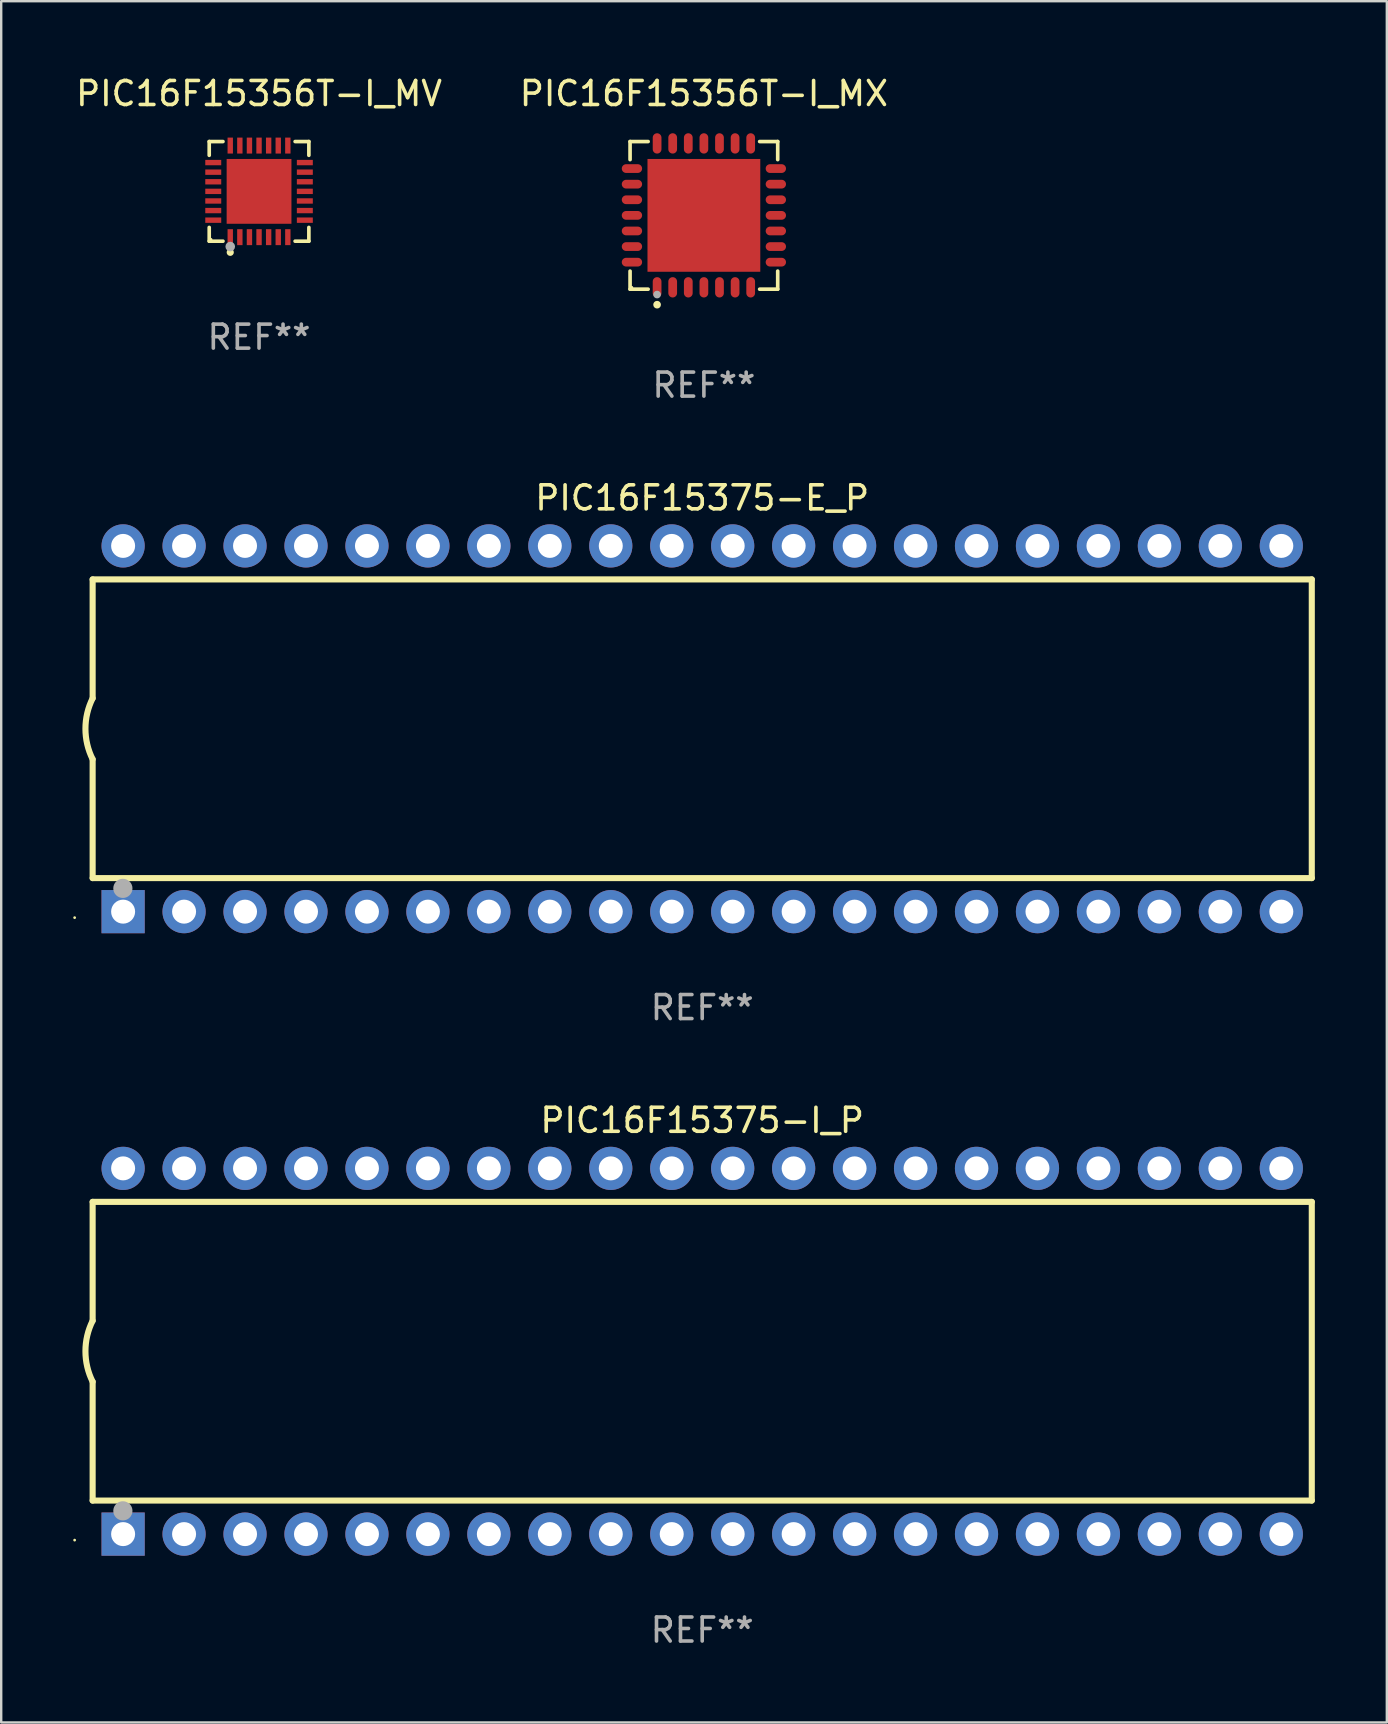
<source format=kicad_pcb>
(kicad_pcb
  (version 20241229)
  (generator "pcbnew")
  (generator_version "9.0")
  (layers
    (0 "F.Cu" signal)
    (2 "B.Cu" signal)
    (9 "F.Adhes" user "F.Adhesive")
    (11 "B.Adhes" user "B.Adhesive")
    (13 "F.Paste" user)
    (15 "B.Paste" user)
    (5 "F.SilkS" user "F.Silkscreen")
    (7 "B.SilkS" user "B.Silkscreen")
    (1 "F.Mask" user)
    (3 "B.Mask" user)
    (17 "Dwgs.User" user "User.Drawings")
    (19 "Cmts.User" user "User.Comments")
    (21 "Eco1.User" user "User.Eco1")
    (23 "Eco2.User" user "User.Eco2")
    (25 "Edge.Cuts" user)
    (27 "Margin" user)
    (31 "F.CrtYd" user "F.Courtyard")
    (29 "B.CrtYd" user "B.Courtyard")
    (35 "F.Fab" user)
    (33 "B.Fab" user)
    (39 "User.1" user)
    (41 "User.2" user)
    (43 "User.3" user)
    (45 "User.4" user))
  (footprint "PIC16F15375-E_P"
    (layer "F.Cu")
    (at 26.21 27.317)
    (property "Reference" "PIC16F15375-E_P" (at 0 -9.62 0) (layer "F.SilkS") (effects (font (size 1 1) (thickness 0.15))))
    (attr through_hole)
    (fp_line (start -25.4 -6.224) (end -25.4 -1.271) (stroke (width 0.254) (type solid)) (layer "F.SilkS"))
    (fp_line (start -25.4 -6.224) (end 25.4 -6.224) (stroke (width 0.254) (type solid)) (layer "F.SilkS"))
    (fp_line (start -25.4 1.269) (end -25.4 6.222) (stroke (width 0.254) (type solid)) (layer "F.SilkS"))
    (fp_line (start -25.4 6.222) (end 25.4 6.222) (stroke (width 0.254) (type solid)) (layer "F.SilkS"))
    (fp_line (start 25.4 6.222) (end 25.4 -6.224) (stroke (width 0.254) (type solid)) (layer "F.SilkS"))
    (fp_arc (start -25.4 1.269241) (mid -25.699807 -0.000762) (end -25.4 -1.270765) (stroke (width 0.254001) (type solid)) (layer "F.SilkS"))
    (fp_circle (center -26.15 7.87) (end -26.12 7.87) (stroke (width 0.06) (type solid)) (fill no) (layer "F.SilkS"))
    (fp_circle (center -24.14 6.65) (end -23.94 6.65) (stroke (width 0.4) (type solid)) (fill no) (layer "F.Fab"))
    (fp_text user "REF**" (at 0 11.62 0) (layer "F.Fab") (effects (font (size 1 1) (thickness 0.15))))
    (pad "1" thru_hole rect (at -24.13 7.62 90) (size 1.8 1.8) (drill 1) (layers "*.Cu" "*.Mask"))
    (pad "2" thru_hole circle (at -21.59 7.62) (size 1.8 1.8) (drill 1) (layers "*.Cu" "*.Mask"))
    (pad "3" thru_hole circle (at -19.05 7.62) (size 1.8 1.8) (drill 1) (layers "*.Cu" "*.Mask"))
    (pad "4" thru_hole circle (at -16.51 7.62) (size 1.8 1.8) (drill 1) (layers "*.Cu" "*.Mask"))
    (pad "5" thru_hole circle (at -13.97 7.62) (size 1.8 1.8) (drill 1) (layers "*.Cu" "*.Mask"))
    (pad "6" thru_hole circle (at -11.43 7.62) (size 1.8 1.8) (drill 1) (layers "*.Cu" "*.Mask"))
    (pad "7" thru_hole circle (at -8.89 7.62) (size 1.8 1.8) (drill 1) (layers "*.Cu" "*.Mask"))
    (pad "8" thru_hole circle (at -6.35 7.62) (size 1.8 1.8) (drill 1) (layers "*.Cu" "*.Mask"))
    (pad "9" thru_hole circle (at -3.81 7.62) (size 1.8 1.8) (drill 1) (layers "*.Cu" "*.Mask"))
    (pad "10" thru_hole circle (at -1.27 7.62) (size 1.8 1.8) (drill 1) (layers "*.Cu" "*.Mask"))
    (pad "11" thru_hole circle (at 1.27 7.62) (size 1.8 1.8) (drill 1) (layers "*.Cu" "*.Mask"))
    (pad "12" thru_hole circle (at 3.81 7.62) (size 1.8 1.8) (drill 1) (layers "*.Cu" "*.Mask"))
    (pad "13" thru_hole circle (at 6.35 7.62) (size 1.8 1.8) (drill 1) (layers "*.Cu" "*.Mask"))
    (pad "14" thru_hole circle (at 8.89 7.62) (size 1.8 1.8) (drill 1) (layers "*.Cu" "*.Mask"))
    (pad "15" thru_hole circle (at 11.43 7.62) (size 1.8 1.8) (drill 1) (layers "*.Cu" "*.Mask"))
    (pad "16" thru_hole circle (at 13.97 7.62) (size 1.8 1.8) (drill 1) (layers "*.Cu" "*.Mask"))
    (pad "17" thru_hole circle (at 16.51 7.62) (size 1.8 1.8) (drill 1) (layers "*.Cu" "*.Mask"))
    (pad "18" thru_hole circle (at 19.05 7.62) (size 1.8 1.8) (drill 1) (layers "*.Cu" "*.Mask"))
    (pad "19" thru_hole circle (at 21.59 7.62) (size 1.8 1.8) (drill 1) (layers "*.Cu" "*.Mask"))
    (pad "20" thru_hole circle (at 24.13 7.62) (size 1.8 1.8) (drill 1) (layers "*.Cu" "*.Mask"))
    (pad "21" thru_hole circle (at 24.13 -7.62) (size 1.8 1.8) (drill 1) (layers "*.Cu" "*.Mask"))
    (pad "22" thru_hole circle (at 21.59 -7.62) (size 1.8 1.8) (drill 1) (layers "*.Cu" "*.Mask"))
    (pad "23" thru_hole circle (at 19.05 -7.62) (size 1.8 1.8) (drill 1) (layers "*.Cu" "*.Mask"))
    (pad "24" thru_hole circle (at 16.51 -7.62) (size 1.8 1.8) (drill 1) (layers "*.Cu" "*.Mask"))
    (pad "25" thru_hole circle (at 13.97 -7.62) (size 1.8 1.8) (drill 1) (layers "*.Cu" "*.Mask"))
    (pad "26" thru_hole circle (at 11.43 -7.62) (size 1.8 1.8) (drill 1) (layers "*.Cu" "*.Mask"))
    (pad "27" thru_hole circle (at 8.89 -7.62) (size 1.8 1.8) (drill 1) (layers "*.Cu" "*.Mask"))
    (pad "28" thru_hole circle (at 6.35 -7.62) (size 1.8 1.8) (drill 1) (layers "*.Cu" "*.Mask"))
    (pad "29" thru_hole circle (at 3.81 -7.62) (size 1.8 1.8) (drill 1) (layers "*.Cu" "*.Mask"))
    (pad "30" thru_hole circle (at 1.27 -7.62) (size 1.8 1.8) (drill 1) (layers "*.Cu" "*.Mask"))
    (pad "31" thru_hole circle (at -1.27 -7.62) (size 1.8 1.8) (drill 1) (layers "*.Cu" "*.Mask"))
    (pad "32" thru_hole circle (at -3.81 -7.62) (size 1.8 1.8) (drill 1) (layers "*.Cu" "*.Mask"))
    (pad "33" thru_hole circle (at -6.35 -7.62) (size 1.8 1.8) (drill 1) (layers "*.Cu" "*.Mask"))
    (pad "34" thru_hole circle (at -8.89 -7.62) (size 1.8 1.8) (drill 1) (layers "*.Cu" "*.Mask"))
    (pad "35" thru_hole circle (at -11.43 -7.62) (size 1.8 1.8) (drill 1) (layers "*.Cu" "*.Mask"))
    (pad "36" thru_hole circle (at -13.97 -7.62) (size 1.8 1.8) (drill 1) (layers "*.Cu" "*.Mask"))
    (pad "37" thru_hole circle (at -16.51 -7.62) (size 1.8 1.8) (drill 1) (layers "*.Cu" "*.Mask"))
    (pad "38" thru_hole circle (at -19.05 -7.62) (size 1.8 1.8) (drill 1) (layers "*.Cu" "*.Mask"))
    (pad "39" thru_hole circle (at -21.59 -7.62) (size 1.8 1.8) (drill 1) (layers "*.Cu" "*.Mask"))
    (pad "40" thru_hole circle (at -24.13 -7.62) (size 1.8 1.8) (drill 1) (layers "*.Cu" "*.Mask")))
  (footprint "PIC16F15356T-I_MV"
    (layer "F.Cu")
    (at 7.744 4.924)
    (property "Reference" "PIC16F15356T-I_MV" (at 0 -4.076 0) (layer "F.SilkS") (effects (font (size 1 1) (thickness 0.15))))
    (attr through_hole)
    (fp_line (start -2.076 -2.076) (end -1.503 -2.076) (stroke (width 0.152) (type solid)) (layer "F.SilkS"))
    (fp_line (start -2.076 -1.503) (end -2.076 -2.076) (stroke (width 0.152) (type solid)) (layer "F.SilkS"))
    (fp_line (start -2.076 1.503) (end -2.076 2.076) (stroke (width 0.152) (type solid)) (layer "F.SilkS"))
    (fp_line (start -2.076 2.076) (end -1.503 2.076) (stroke (width 0.152) (type solid)) (layer "F.SilkS"))
    (fp_line (start 2.076 -2.076) (end 1.503 -2.076) (stroke (width 0.152) (type solid)) (layer "F.SilkS"))
    (fp_line (start 2.076 -1.503) (end 2.076 -2.076) (stroke (width 0.152) (type solid)) (layer "F.SilkS"))
    (fp_line (start 2.076 1.503) (end 2.076 2.076) (stroke (width 0.152) (type solid)) (layer "F.SilkS"))
    (fp_line (start 2.076 2.076) (end 1.503 2.076) (stroke (width 0.152) (type solid)) (layer "F.SilkS"))
    (fp_circle (center -2 2) (end -1.97 2) (stroke (width 0.06) (type solid)) (fill no) (layer "F.SilkS"))
    (fp_circle (center -1.2 2.54) (end -1.125 2.54) (stroke (width 0.15) (type solid)) (fill no) (layer "F.SilkS"))
    (fp_circle (center -1.2 2.3) (end -1.1 2.3) (stroke (width 0.2) (type solid)) (fill no) (layer "F.Fab"))
    (fp_text user "REF**" (at 0 6.076 0) (layer "F.Fab") (effects (font (size 1 1) (thickness 0.15))))
    (pad "1" smd rect (at -1.2 1.908) (size 0.224 0.665) (layers "F.Cu" "F.Mask" "F.Paste"))
    (pad "2" smd rect (at -0.8 1.908) (size 0.224 0.665) (layers "F.Cu" "F.Mask" "F.Paste"))
    (pad "3" smd rect (at -0.4 1.908) (size 0.224 0.665) (layers "F.Cu" "F.Mask" "F.Paste"))
    (pad "4" smd rect (at 0 1.908) (size 0.224 0.665) (layers "F.Cu" "F.Mask" "F.Paste"))
    (pad "5" smd rect (at 0.4 1.908) (size 0.224 0.665) (layers "F.Cu" "F.Mask" "F.Paste"))
    (pad "6" smd rect (at 0.8 1.908) (size 0.224 0.665) (layers "F.Cu" "F.Mask" "F.Paste"))
    (pad "7" smd rect (at 1.2 1.908) (size 0.224 0.665) (layers "F.Cu" "F.Mask" "F.Paste"))
    (pad "8" smd rect (at 1.908 1.2) (size 0.665 0.224) (layers "F.Cu" "F.Mask" "F.Paste"))
    (pad "9" smd rect (at 1.908 0.8) (size 0.665 0.224) (layers "F.Cu" "F.Mask" "F.Paste"))
    (pad "10" smd rect (at 1.908 0.4) (size 0.665 0.224) (layers "F.Cu" "F.Mask" "F.Paste"))
    (pad "11" smd rect (at 1.908 0) (size 0.665 0.224) (layers "F.Cu" "F.Mask" "F.Paste"))
    (pad "12" smd rect (at 1.908 -0.4) (size 0.665 0.224) (layers "F.Cu" "F.Mask" "F.Paste"))
    (pad "13" smd rect (at 1.908 -0.8) (size 0.665 0.224) (layers "F.Cu" "F.Mask" "F.Paste"))
    (pad "14" smd rect (at 1.908 -1.2) (size 0.665 0.224) (layers "F.Cu" "F.Mask" "F.Paste"))
    (pad "15" smd rect (at 1.2 -1.908) (size 0.224 0.665) (layers "F.Cu" "F.Mask" "F.Paste"))
    (pad "16" smd rect (at 0.8 -1.908) (size 0.224 0.665) (layers "F.Cu" "F.Mask" "F.Paste"))
    (pad "17" smd rect (at 0.4 -1.908) (size 0.224 0.665) (layers "F.Cu" "F.Mask" "F.Paste"))
    (pad "18" smd rect (at 0 -1.908) (size 0.224 0.665) (layers "F.Cu" "F.Mask" "F.Paste"))
    (pad "19" smd rect (at -0.4 -1.908) (size 0.224 0.665) (layers "F.Cu" "F.Mask" "F.Paste"))
    (pad "20" smd rect (at -0.8 -1.908) (size 0.224 0.665) (layers "F.Cu" "F.Mask" "F.Paste"))
    (pad "21" smd rect (at -1.2 -1.908) (size 0.224 0.665) (layers "F.Cu" "F.Mask" "F.Paste"))
    (pad "22" smd rect (at -1.908 -1.2) (size 0.665 0.224) (layers "F.Cu" "F.Mask" "F.Paste"))
    (pad "23" smd rect (at -1.908 -0.8) (size 0.665 0.224) (layers "F.Cu" "F.Mask" "F.Paste"))
    (pad "24" smd rect (at -1.908 -0.4) (size 0.665 0.224) (layers "F.Cu" "F.Mask" "F.Paste"))
    (pad "25" smd rect (at -1.908 0) (size 0.665 0.224) (layers "F.Cu" "F.Mask" "F.Paste"))
    (pad "26" smd rect (at -1.908 0.4) (size 0.665 0.224) (layers "F.Cu" "F.Mask" "F.Paste"))
    (pad "27" smd rect (at -1.908 0.8) (size 0.665 0.224) (layers "F.Cu" "F.Mask" "F.Paste"))
    (pad "28" smd rect (at -1.908 1.2) (size 0.665 0.224) (layers "F.Cu" "F.Mask" "F.Paste"))
    (pad "29" smd rect (at 0 0) (size 2.7 2.7) (layers "F.Cu" "F.Mask" "F.Paste")))
  (footprint "PIC16F15375-I_P"
    (layer "F.Cu")
    (at 26.21 53.254)
    (property "Reference" "PIC16F15375-I_P" (at 0 -9.62 0) (layer "F.SilkS") (effects (font (size 1 1) (thickness 0.15))))
    (attr through_hole)
    (fp_line (start -25.4 -6.224) (end -25.4 -1.271) (stroke (width 0.254) (type solid)) (layer "F.SilkS"))
    (fp_line (start -25.4 -6.224) (end 25.4 -6.224) (stroke (width 0.254) (type solid)) (layer "F.SilkS"))
    (fp_line (start -25.4 1.269) (end -25.4 6.222) (stroke (width 0.254) (type solid)) (layer "F.SilkS"))
    (fp_line (start -25.4 6.222) (end 25.4 6.222) (stroke (width 0.254) (type solid)) (layer "F.SilkS"))
    (fp_line (start 25.4 6.222) (end 25.4 -6.224) (stroke (width 0.254) (type solid)) (layer "F.SilkS"))
    (fp_arc (start -25.4 1.269241) (mid -25.699807 -0.000762) (end -25.4 -1.270765) (stroke (width 0.254001) (type solid)) (layer "F.SilkS"))
    (fp_circle (center -26.15 7.87) (end -26.12 7.87) (stroke (width 0.06) (type solid)) (fill no) (layer "F.SilkS"))
    (fp_circle (center -24.14 6.65) (end -23.94 6.65) (stroke (width 0.4) (type solid)) (fill no) (layer "F.Fab"))
    (fp_text user "REF**" (at 0 11.62 0) (layer "F.Fab") (effects (font (size 1 1) (thickness 0.15))))
    (pad "1" thru_hole rect (at -24.13 7.62 90) (size 1.8 1.8) (drill 1) (layers "*.Cu" "*.Mask"))
    (pad "2" thru_hole circle (at -21.59 7.62) (size 1.8 1.8) (drill 1) (layers "*.Cu" "*.Mask"))
    (pad "3" thru_hole circle (at -19.05 7.62) (size 1.8 1.8) (drill 1) (layers "*.Cu" "*.Mask"))
    (pad "4" thru_hole circle (at -16.51 7.62) (size 1.8 1.8) (drill 1) (layers "*.Cu" "*.Mask"))
    (pad "5" thru_hole circle (at -13.97 7.62) (size 1.8 1.8) (drill 1) (layers "*.Cu" "*.Mask"))
    (pad "6" thru_hole circle (at -11.43 7.62) (size 1.8 1.8) (drill 1) (layers "*.Cu" "*.Mask"))
    (pad "7" thru_hole circle (at -8.89 7.62) (size 1.8 1.8) (drill 1) (layers "*.Cu" "*.Mask"))
    (pad "8" thru_hole circle (at -6.35 7.62) (size 1.8 1.8) (drill 1) (layers "*.Cu" "*.Mask"))
    (pad "9" thru_hole circle (at -3.81 7.62) (size 1.8 1.8) (drill 1) (layers "*.Cu" "*.Mask"))
    (pad "10" thru_hole circle (at -1.27 7.62) (size 1.8 1.8) (drill 1) (layers "*.Cu" "*.Mask"))
    (pad "11" thru_hole circle (at 1.27 7.62) (size 1.8 1.8) (drill 1) (layers "*.Cu" "*.Mask"))
    (pad "12" thru_hole circle (at 3.81 7.62) (size 1.8 1.8) (drill 1) (layers "*.Cu" "*.Mask"))
    (pad "13" thru_hole circle (at 6.35 7.62) (size 1.8 1.8) (drill 1) (layers "*.Cu" "*.Mask"))
    (pad "14" thru_hole circle (at 8.89 7.62) (size 1.8 1.8) (drill 1) (layers "*.Cu" "*.Mask"))
    (pad "15" thru_hole circle (at 11.43 7.62) (size 1.8 1.8) (drill 1) (layers "*.Cu" "*.Mask"))
    (pad "16" thru_hole circle (at 13.97 7.62) (size 1.8 1.8) (drill 1) (layers "*.Cu" "*.Mask"))
    (pad "17" thru_hole circle (at 16.51 7.62) (size 1.8 1.8) (drill 1) (layers "*.Cu" "*.Mask"))
    (pad "18" thru_hole circle (at 19.05 7.62) (size 1.8 1.8) (drill 1) (layers "*.Cu" "*.Mask"))
    (pad "19" thru_hole circle (at 21.59 7.62) (size 1.8 1.8) (drill 1) (layers "*.Cu" "*.Mask"))
    (pad "20" thru_hole circle (at 24.13 7.62) (size 1.8 1.8) (drill 1) (layers "*.Cu" "*.Mask"))
    (pad "21" thru_hole circle (at 24.13 -7.62) (size 1.8 1.8) (drill 1) (layers "*.Cu" "*.Mask"))
    (pad "22" thru_hole circle (at 21.59 -7.62) (size 1.8 1.8) (drill 1) (layers "*.Cu" "*.Mask"))
    (pad "23" thru_hole circle (at 19.05 -7.62) (size 1.8 1.8) (drill 1) (layers "*.Cu" "*.Mask"))
    (pad "24" thru_hole circle (at 16.51 -7.62) (size 1.8 1.8) (drill 1) (layers "*.Cu" "*.Mask"))
    (pad "25" thru_hole circle (at 13.97 -7.62) (size 1.8 1.8) (drill 1) (layers "*.Cu" "*.Mask"))
    (pad "26" thru_hole circle (at 11.43 -7.62) (size 1.8 1.8) (drill 1) (layers "*.Cu" "*.Mask"))
    (pad "27" thru_hole circle (at 8.89 -7.62) (size 1.8 1.8) (drill 1) (layers "*.Cu" "*.Mask"))
    (pad "28" thru_hole circle (at 6.35 -7.62) (size 1.8 1.8) (drill 1) (layers "*.Cu" "*.Mask"))
    (pad "29" thru_hole circle (at 3.81 -7.62) (size 1.8 1.8) (drill 1) (layers "*.Cu" "*.Mask"))
    (pad "30" thru_hole circle (at 1.27 -7.62) (size 1.8 1.8) (drill 1) (layers "*.Cu" "*.Mask"))
    (pad "31" thru_hole circle (at -1.27 -7.62) (size 1.8 1.8) (drill 1) (layers "*.Cu" "*.Mask"))
    (pad "32" thru_hole circle (at -3.81 -7.62) (size 1.8 1.8) (drill 1) (layers "*.Cu" "*.Mask"))
    (pad "33" thru_hole circle (at -6.35 -7.62) (size 1.8 1.8) (drill 1) (layers "*.Cu" "*.Mask"))
    (pad "34" thru_hole circle (at -8.89 -7.62) (size 1.8 1.8) (drill 1) (layers "*.Cu" "*.Mask"))
    (pad "35" thru_hole circle (at -11.43 -7.62) (size 1.8 1.8) (drill 1) (layers "*.Cu" "*.Mask"))
    (pad "36" thru_hole circle (at -13.97 -7.62) (size 1.8 1.8) (drill 1) (layers "*.Cu" "*.Mask"))
    (pad "37" thru_hole circle (at -16.51 -7.62) (size 1.8 1.8) (drill 1) (layers "*.Cu" "*.Mask"))
    (pad "38" thru_hole circle (at -19.05 -7.62) (size 1.8 1.8) (drill 1) (layers "*.Cu" "*.Mask"))
    (pad "39" thru_hole circle (at -21.59 -7.62) (size 1.8 1.8) (drill 1) (layers "*.Cu" "*.Mask"))
    (pad "40" thru_hole circle (at -24.13 -7.62) (size 1.8 1.8) (drill 1) (layers "*.Cu" "*.Mask")))
  (footprint "PIC16F15356T-I_MX"
    (layer "F.Cu")
    (at 26.28 5.924)
    (property "Reference" "PIC16F15356T-I_MX" (at 0 -5.076 0) (layer "F.SilkS") (effects (font (size 1 1) (thickness 0.15))))
    (attr through_hole)
    (fp_line (start -3.076 -3.076) (end -2.323 -3.076) (stroke (width 0.152) (type solid)) (layer "F.SilkS"))
    (fp_line (start -3.076 -2.323) (end -3.076 -3.076) (stroke (width 0.152) (type solid)) (layer "F.SilkS"))
    (fp_line (start -3.076 2.323) (end -3.076 3.076) (stroke (width 0.152) (type solid)) (layer "F.SilkS"))
    (fp_line (start -3.076 3.076) (end -2.323 3.076) (stroke (width 0.152) (type solid)) (layer "F.SilkS"))
    (fp_line (start 3.076 -3.076) (end 2.323 -3.076) (stroke (width 0.152) (type solid)) (layer "F.SilkS"))
    (fp_line (start 3.076 -2.323) (end 3.076 -3.076) (stroke (width 0.152) (type solid)) (layer "F.SilkS"))
    (fp_line (start 3.076 2.323) (end 3.076 3.076) (stroke (width 0.152) (type solid)) (layer "F.SilkS"))
    (fp_line (start 3.076 3.076) (end 2.323 3.076) (stroke (width 0.152) (type solid)) (layer "F.SilkS"))
    (fp_circle (center -3 3) (end -2.97 3) (stroke (width 0.06) (type solid)) (fill no) (layer "F.SilkS"))
    (fp_circle (center -1.95 3.722) (end -1.87 3.722) (stroke (width 0.16) (type solid)) (fill no) (layer "F.SilkS"))
    (fp_circle (center -1.95 3.3) (end -1.87 3.3) (stroke (width 0.16) (type solid)) (fill no) (layer "F.Fab"))
    (fp_text user "REF**" (at 0 7.076 0) (layer "F.Fab") (effects (font (size 1 1) (thickness 0.15))))
    (pad "1" smd oval (at -1.95 2.998) (size 0.364 0.847) (layers "F.Cu" "F.Mask" "F.Paste"))
    (pad "2" smd oval (at -1.3 2.998) (size 0.364 0.847) (layers "F.Cu" "F.Mask" "F.Paste"))
    (pad "3" smd oval (at -0.65 2.998) (size 0.364 0.847) (layers "F.Cu" "F.Mask" "F.Paste"))
    (pad "4" smd oval (at 0 2.998) (size 0.364 0.847) (layers "F.Cu" "F.Mask" "F.Paste"))
    (pad "5" smd oval (at 0.65 2.998) (size 0.364 0.847) (layers "F.Cu" "F.Mask" "F.Paste"))
    (pad "6" smd oval (at 1.3 2.998) (size 0.364 0.847) (layers "F.Cu" "F.Mask" "F.Paste"))
    (pad "7" smd oval (at 1.95 2.998) (size 0.364 0.847) (layers "F.Cu" "F.Mask" "F.Paste"))
    (pad "8" smd oval (at 2.998 1.95) (size 0.847 0.364) (layers "F.Cu" "F.Mask" "F.Paste"))
    (pad "9" smd oval (at 2.998 1.3) (size 0.847 0.364) (layers "F.Cu" "F.Mask" "F.Paste"))
    (pad "10" smd oval (at 2.998 0.65) (size 0.847 0.364) (layers "F.Cu" "F.Mask" "F.Paste"))
    (pad "11" smd oval (at 2.998 0) (size 0.847 0.364) (layers "F.Cu" "F.Mask" "F.Paste"))
    (pad "12" smd oval (at 2.998 -0.65) (size 0.847 0.364) (layers "F.Cu" "F.Mask" "F.Paste"))
    (pad "13" smd oval (at 2.998 -1.3) (size 0.847 0.364) (layers "F.Cu" "F.Mask" "F.Paste"))
    (pad "14" smd oval (at 2.998 -1.95) (size 0.847 0.364) (layers "F.Cu" "F.Mask" "F.Paste"))
    (pad "15" smd oval (at 1.95 -2.998) (size 0.364 0.847) (layers "F.Cu" "F.Mask" "F.Paste"))
    (pad "16" smd oval (at 1.3 -2.998) (size 0.364 0.847) (layers "F.Cu" "F.Mask" "F.Paste"))
    (pad "17" smd oval (at 0.65 -2.998) (size 0.364 0.847) (layers "F.Cu" "F.Mask" "F.Paste"))
    (pad "18" smd oval (at 0 -2.998) (size 0.364 0.847) (layers "F.Cu" "F.Mask" "F.Paste"))
    (pad "19" smd oval (at -0.65 -2.998) (size 0.364 0.847) (layers "F.Cu" "F.Mask" "F.Paste"))
    (pad "20" smd oval (at -1.3 -2.998) (size 0.364 0.847) (layers "F.Cu" "F.Mask" "F.Paste"))
    (pad "21" smd oval (at -1.95 -2.998) (size 0.364 0.847) (layers "F.Cu" "F.Mask" "F.Paste"))
    (pad "22" smd oval (at -2.998 -1.95) (size 0.847 0.364) (layers "F.Cu" "F.Mask" "F.Paste"))
    (pad "23" smd oval (at -2.998 -1.3) (size 0.847 0.364) (layers "F.Cu" "F.Mask" "F.Paste"))
    (pad "24" smd oval (at -2.998 -0.65) (size 0.847 0.364) (layers "F.Cu" "F.Mask" "F.Paste"))
    (pad "25" smd oval (at -2.998 0) (size 0.847 0.364) (layers "F.Cu" "F.Mask" "F.Paste"))
    (pad "26" smd oval (at -2.998 0.65) (size 0.847 0.364) (layers "F.Cu" "F.Mask" "F.Paste"))
    (pad "27" smd oval (at -2.998 1.3) (size 0.847 0.364) (layers "F.Cu" "F.Mask" "F.Paste"))
    (pad "28" smd oval (at -2.998 1.95) (size 0.847 0.364) (layers "F.Cu" "F.Mask" "F.Paste"))
    (pad "29" smd rect (at 0 0) (size 4.7 4.7) (layers "F.Cu" "F.Mask" "F.Paste")))
  (gr_rect
    (start -3 -3)
    (end 54.737 68.722)
    (stroke (width 0.1) (type default))
    (fill no)
    (layer "Edge.Cuts")))
</source>
